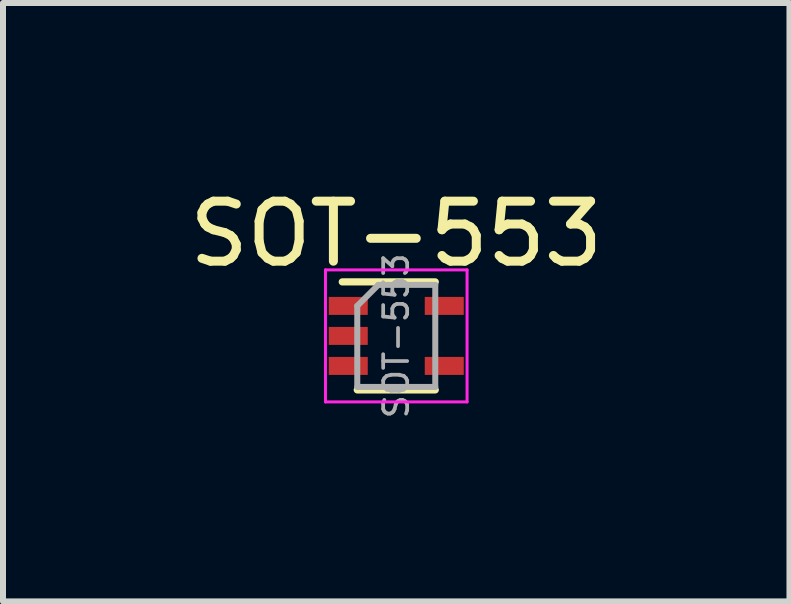
<source format=kicad_pcb>
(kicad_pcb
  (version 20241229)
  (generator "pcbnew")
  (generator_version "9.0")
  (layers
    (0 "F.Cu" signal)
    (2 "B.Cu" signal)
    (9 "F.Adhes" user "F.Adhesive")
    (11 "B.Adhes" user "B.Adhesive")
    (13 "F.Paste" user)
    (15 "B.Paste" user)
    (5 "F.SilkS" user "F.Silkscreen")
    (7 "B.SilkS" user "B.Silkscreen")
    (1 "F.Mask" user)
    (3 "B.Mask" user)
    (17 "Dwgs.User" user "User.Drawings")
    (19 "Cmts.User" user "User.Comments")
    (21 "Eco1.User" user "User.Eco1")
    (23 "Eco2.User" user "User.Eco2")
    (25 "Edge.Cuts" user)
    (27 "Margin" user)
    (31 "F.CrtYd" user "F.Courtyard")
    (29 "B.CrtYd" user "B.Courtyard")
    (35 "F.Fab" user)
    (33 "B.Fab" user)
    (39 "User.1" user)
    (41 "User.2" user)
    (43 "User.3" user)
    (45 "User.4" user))
  (footprint "SOT-553"
    (layer "F.Cu")
    (at 3.554 2.548)
    (property "Reference" "SOT-553" (at 0 -1.7 0) (layer "F.SilkS") (effects (font (size 1 1) (thickness 0.15))))
    (attr smd)
    (fp_line (start -0.9 -0.9) (end 0.65 -0.9) (stroke (width 0.12) (type solid)) (layer "F.SilkS"))
    (fp_line (start 0.65 0.9) (end -0.65 0.9) (stroke (width 0.12) (type solid)) (layer "F.SilkS"))
    (fp_line (start -1.18 -1.1) (end -1.18 1.1) (stroke (width 0.05) (type solid)) (layer "F.CrtYd"))
    (fp_line (start -1.18 -1.1) (end 1.18 -1.1) (stroke (width 0.05) (type solid)) (layer "F.CrtYd"))
    (fp_line (start 1.18 1.1) (end -1.18 1.1) (stroke (width 0.05) (type solid)) (layer "F.CrtYd"))
    (fp_line (start 1.18 1.1) (end 1.18 -1.1) (stroke (width 0.05) (type solid)) (layer "F.CrtYd"))
    (fp_line (start -0.65 -0.5) (end -0.65 0.85) (stroke (width 0.1) (type solid)) (layer "F.Fab"))
    (fp_line (start -0.65 -0.5) (end -0.3 -0.85) (stroke (width 0.1) (type solid)) (layer "F.Fab"))
    (fp_line (start -0.65 0.85) (end 0.65 0.85) (stroke (width 0.1) (type solid)) (layer "F.Fab"))
    (fp_line (start 0.65 -0.85) (end -0.3 -0.85) (stroke (width 0.1) (type solid)) (layer "F.Fab"))
    (fp_line (start 0.65 0.85) (end 0.65 -0.85) (stroke (width 0.1) (type solid)) (layer "F.Fab"))
    (fp_text user "${REFERENCE}" (at 0 0 90) (layer "F.Fab") (effects (font (size 0.4 0.4) (thickness 0.062))))
    (pad "1" smd rect (at -0.8 -0.5) (size 0.65 0.3) (layers "F.Cu" "F.Mask" "F.Paste"))
    (pad "2" smd rect (at -0.8 0) (size 0.65 0.3) (layers "F.Cu" "F.Mask" "F.Paste"))
    (pad "3" smd rect (at -0.8 0.5) (size 0.65 0.3) (layers "F.Cu" "F.Mask" "F.Paste"))
    (pad "4" smd rect (at 0.8 0.5) (size 0.65 0.3) (layers "F.Cu" "F.Mask" "F.Paste"))
    (pad "5" smd rect (at 0.8 -0.5) (size 0.65 0.3) (layers "F.Cu" "F.Mask" "F.Paste")))
  (gr_rect
    (start -3 -3)
    (end 10.107 6.973)
    (stroke (width 0.1) (type default))
    (fill no)
    (layer "Edge.Cuts")))
</source>
